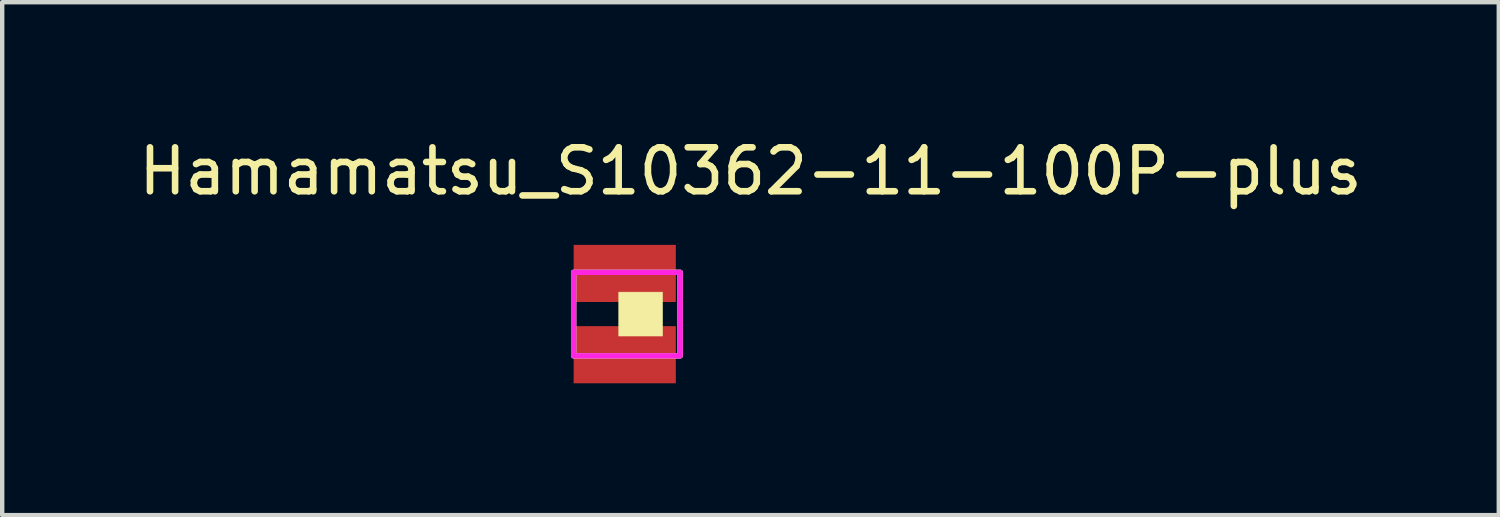
<source format=kicad_pcb>
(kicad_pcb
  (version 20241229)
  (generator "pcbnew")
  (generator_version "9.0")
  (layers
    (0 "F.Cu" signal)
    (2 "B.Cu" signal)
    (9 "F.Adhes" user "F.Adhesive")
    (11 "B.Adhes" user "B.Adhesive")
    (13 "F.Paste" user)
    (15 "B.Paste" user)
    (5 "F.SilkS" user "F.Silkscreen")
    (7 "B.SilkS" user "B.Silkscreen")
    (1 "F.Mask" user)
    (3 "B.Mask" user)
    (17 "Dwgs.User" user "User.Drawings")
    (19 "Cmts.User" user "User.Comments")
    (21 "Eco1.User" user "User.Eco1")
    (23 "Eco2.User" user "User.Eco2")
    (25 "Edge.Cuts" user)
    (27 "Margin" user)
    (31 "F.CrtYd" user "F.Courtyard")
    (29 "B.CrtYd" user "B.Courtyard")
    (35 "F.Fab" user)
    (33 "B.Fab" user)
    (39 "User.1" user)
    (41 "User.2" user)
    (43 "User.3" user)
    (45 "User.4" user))
  (footprint "Hamamatsu_S10362-11-100P-plus"
    (layer "F.Cu")
    (at 11.53 4.098)
    (property "Reference" "Hamamatsu_S10362-11-100P-plus" (at 2.5 -3.25 0) (layer "F.SilkS") (effects (font (size 1 1) (thickness 0.15))))
    (attr smd)
    (fp_rect (start -1.525 -0.95) (end 0.9 0.95) (stroke (width 0.12) (type solid)) (fill no) (layer "F.SilkS"))
    (fp_rect (start -0.5 -0.5) (end 0.5 0.5) (stroke (width 0.01) (type solid)) (fill yes) (layer "F.SilkS"))
    (fp_rect (start -1.525 -0.95) (end 0.9 0.95) (stroke (width 0.12) (type solid)) (fill no) (layer "F.CrtYd"))
    (fp_rect (start -1.525 -0.95) (end 0.9 0.95) (stroke (width 0.12) (type solid)) (fill no) (layer "F.Fab"))
    (pad "1" smd rect (at -0.362 -0.925) (size 2.325 1.3) (layers "F.Cu" "F.Mask" "F.Paste"))
    (pad "2" smd rect (at -0.362 0.925) (size 2.325 1.3) (layers "F.Cu" "F.Mask" "F.Paste")))
  (gr_rect
    (start -3 -3)
    (end 31.06 8.673)
    (stroke (width 0.1) (type default))
    (fill no)
    (layer "Edge.Cuts")))
</source>
